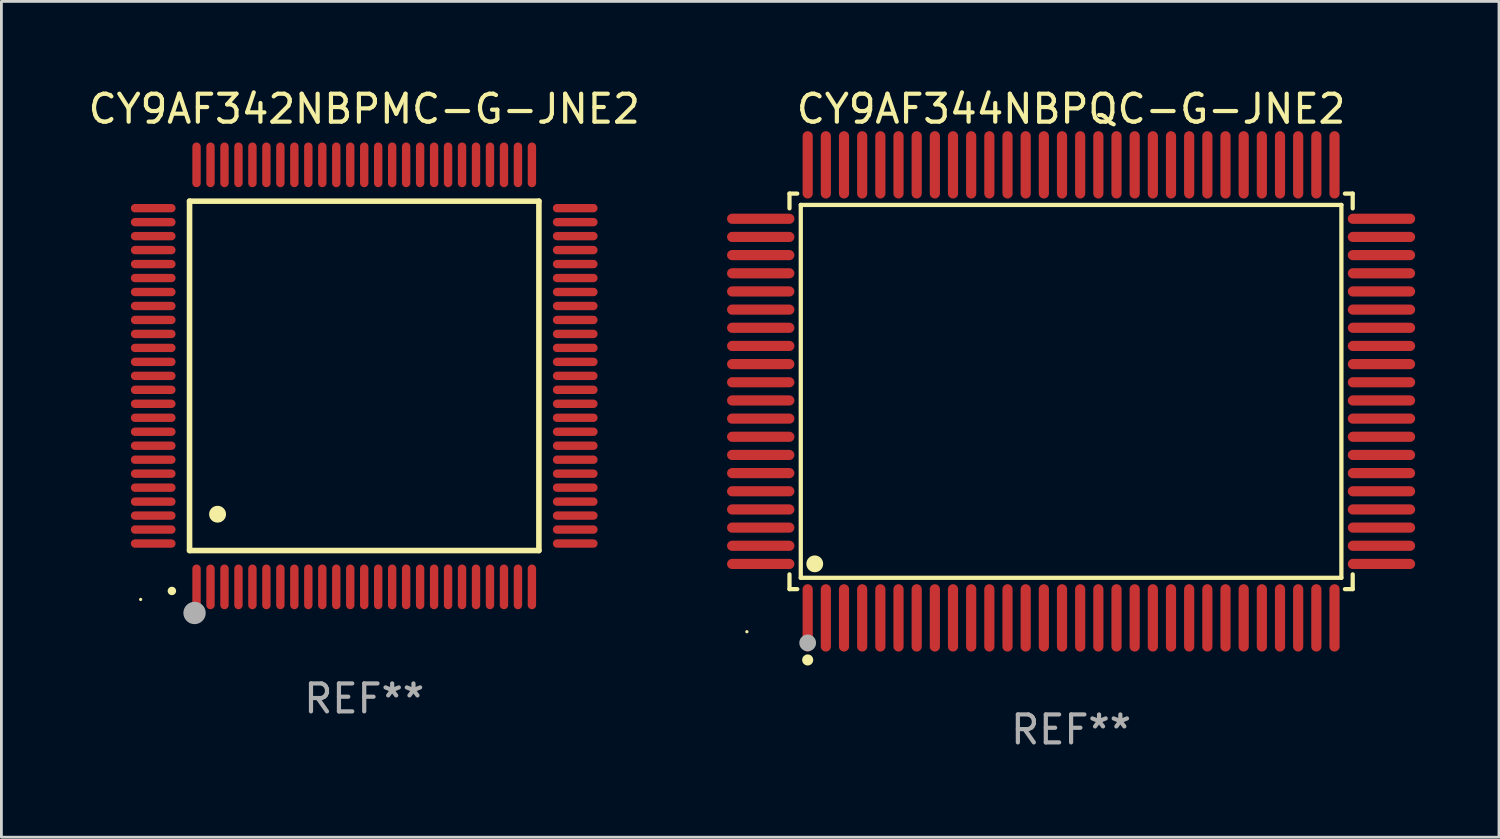
<source format=kicad_pcb>
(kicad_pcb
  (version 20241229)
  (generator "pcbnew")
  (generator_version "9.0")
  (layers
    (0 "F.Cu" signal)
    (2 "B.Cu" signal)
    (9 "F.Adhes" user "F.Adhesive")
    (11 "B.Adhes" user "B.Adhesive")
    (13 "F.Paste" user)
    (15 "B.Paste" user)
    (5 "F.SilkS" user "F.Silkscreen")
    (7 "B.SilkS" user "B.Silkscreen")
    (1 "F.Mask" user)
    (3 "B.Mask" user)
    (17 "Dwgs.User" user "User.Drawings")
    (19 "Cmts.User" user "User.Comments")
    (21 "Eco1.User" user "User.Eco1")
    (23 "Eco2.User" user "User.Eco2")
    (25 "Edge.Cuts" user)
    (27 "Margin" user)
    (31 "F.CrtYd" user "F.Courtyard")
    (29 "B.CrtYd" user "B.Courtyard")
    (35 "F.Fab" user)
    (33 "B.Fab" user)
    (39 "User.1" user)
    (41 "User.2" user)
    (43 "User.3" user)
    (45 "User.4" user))
  (footprint "CY9AF344NBPQC-G-JNE2"
    (layer "F.Cu")
    (at 35.274 10.953)
    (property "Reference" "CY9AF344NBPQC-G-JNE2" (at 0 -10.105 0) (layer "F.SilkS") (effects (font (size 1 1) (thickness 0.15))))
    (attr through_hole)
    (fp_line (start -10.076 -7.076) (end -9.798 -7.076) (stroke (width 0.152) (type solid)) (layer "F.SilkS"))
    (fp_line (start -10.076 -6.548) (end -10.076 -7.076) (stroke (width 0.152) (type solid)) (layer "F.SilkS"))
    (fp_line (start -10.076 6.548) (end -10.076 7.076) (stroke (width 0.152) (type solid)) (layer "F.SilkS"))
    (fp_line (start -10.076 7.076) (end -9.798 7.076) (stroke (width 0.152) (type solid)) (layer "F.SilkS"))
    (fp_line (start -9.672 -6.671) (end 9.671 -6.671) (stroke (width 0.152) (type solid)) (layer "F.SilkS"))
    (fp_line (start -9.672 6.671) (end -9.672 -6.671) (stroke (width 0.152) (type solid)) (layer "F.SilkS"))
    (fp_line (start 9.671 -6.671) (end 9.671 6.671) (stroke (width 0.152) (type solid)) (layer "F.SilkS"))
    (fp_line (start 9.671 6.671) (end -9.672 6.671) (stroke (width 0.152) (type solid)) (layer "F.SilkS"))
    (fp_line (start 10.076 -7.076) (end 9.797 -7.076) (stroke (width 0.152) (type solid)) (layer "F.SilkS"))
    (fp_line (start 10.076 -6.548) (end 10.076 -7.076) (stroke (width 0.152) (type solid)) (layer "F.SilkS"))
    (fp_line (start 10.076 6.548) (end 10.076 7.076) (stroke (width 0.152) (type solid)) (layer "F.SilkS"))
    (fp_line (start 10.076 7.076) (end 9.797 7.076) (stroke (width 0.152) (type solid)) (layer "F.SilkS"))
    (fp_circle (center -11.6 8.6) (end -11.57 8.6) (stroke (width 0.06) (type solid)) (fill no) (layer "F.SilkS"))
    (fp_circle (center -9.425 9.61) (end -9.325 9.61) (stroke (width 0.2) (type solid)) (fill no) (layer "F.SilkS"))
    (fp_circle (center -9.172 6.171) (end -9.021 6.171) (stroke (width 0.3) (type solid)) (fill no) (layer "F.SilkS"))
    (fp_circle (center -9.425 9) (end -9.275 9) (stroke (width 0.3) (type solid)) (fill no) (layer "F.Fab"))
    (fp_text user "REF**" (at 0 12.105 0) (layer "F.Fab") (effects (font (size 1 1) (thickness 0.15))))
    (pad "1" smd oval (at -9.425 8.105) (size 0.364 2.41) (layers "F.Cu" "F.Mask" "F.Paste"))
    (pad "2" smd oval (at -8.775 8.105) (size 0.364 2.41) (layers "F.Cu" "F.Mask" "F.Paste"))
    (pad "3" smd oval (at -8.125 8.105) (size 0.364 2.41) (layers "F.Cu" "F.Mask" "F.Paste"))
    (pad "4" smd oval (at -7.475 8.105) (size 0.364 2.41) (layers "F.Cu" "F.Mask" "F.Paste"))
    (pad "5" smd oval (at -6.825 8.105) (size 0.364 2.41) (layers "F.Cu" "F.Mask" "F.Paste"))
    (pad "6" smd oval (at -6.175 8.105) (size 0.364 2.41) (layers "F.Cu" "F.Mask" "F.Paste"))
    (pad "7" smd oval (at -5.525 8.105) (size 0.364 2.41) (layers "F.Cu" "F.Mask" "F.Paste"))
    (pad "8" smd oval (at -4.875 8.105) (size 0.364 2.41) (layers "F.Cu" "F.Mask" "F.Paste"))
    (pad "9" smd oval (at -4.225 8.105) (size 0.364 2.41) (layers "F.Cu" "F.Mask" "F.Paste"))
    (pad "10" smd oval (at -3.575 8.105) (size 0.364 2.41) (layers "F.Cu" "F.Mask" "F.Paste"))
    (pad "11" smd oval (at -2.925 8.105) (size 0.364 2.41) (layers "F.Cu" "F.Mask" "F.Paste"))
    (pad "12" smd oval (at -2.275 8.105) (size 0.364 2.41) (layers "F.Cu" "F.Mask" "F.Paste"))
    (pad "13" smd oval (at -1.625 8.105) (size 0.364 2.41) (layers "F.Cu" "F.Mask" "F.Paste"))
    (pad "14" smd oval (at -0.975 8.105) (size 0.364 2.41) (layers "F.Cu" "F.Mask" "F.Paste"))
    (pad "15" smd oval (at -0.325 8.105) (size 0.364 2.41) (layers "F.Cu" "F.Mask" "F.Paste"))
    (pad "16" smd oval (at 0.325 8.105) (size 0.364 2.41) (layers "F.Cu" "F.Mask" "F.Paste"))
    (pad "17" smd oval (at 0.975 8.105) (size 0.364 2.41) (layers "F.Cu" "F.Mask" "F.Paste"))
    (pad "18" smd oval (at 1.625 8.105) (size 0.364 2.41) (layers "F.Cu" "F.Mask" "F.Paste"))
    (pad "19" smd oval (at 2.275 8.105) (size 0.364 2.41) (layers "F.Cu" "F.Mask" "F.Paste"))
    (pad "20" smd oval (at 2.925 8.105) (size 0.364 2.41) (layers "F.Cu" "F.Mask" "F.Paste"))
    (pad "21" smd oval (at 3.575 8.105) (size 0.364 2.41) (layers "F.Cu" "F.Mask" "F.Paste"))
    (pad "22" smd oval (at 4.225 8.105) (size 0.364 2.41) (layers "F.Cu" "F.Mask" "F.Paste"))
    (pad "23" smd oval (at 4.875 8.105) (size 0.364 2.41) (layers "F.Cu" "F.Mask" "F.Paste"))
    (pad "24" smd oval (at 5.525 8.105) (size 0.364 2.41) (layers "F.Cu" "F.Mask" "F.Paste"))
    (pad "25" smd oval (at 6.175 8.105) (size 0.364 2.41) (layers "F.Cu" "F.Mask" "F.Paste"))
    (pad "26" smd oval (at 6.825 8.105) (size 0.364 2.41) (layers "F.Cu" "F.Mask" "F.Paste"))
    (pad "27" smd oval (at 7.475 8.105) (size 0.364 2.41) (layers "F.Cu" "F.Mask" "F.Paste"))
    (pad "28" smd oval (at 8.125 8.105) (size 0.364 2.41) (layers "F.Cu" "F.Mask" "F.Paste"))
    (pad "29" smd oval (at 8.775 8.105) (size 0.364 2.41) (layers "F.Cu" "F.Mask" "F.Paste"))
    (pad "30" smd oval (at 9.425 8.105) (size 0.364 2.41) (layers "F.Cu" "F.Mask" "F.Paste"))
    (pad "31" smd oval (at 11.105 6.175) (size 2.41 0.364) (layers "F.Cu" "F.Mask" "F.Paste"))
    (pad "32" smd oval (at 11.105 5.525) (size 2.41 0.364) (layers "F.Cu" "F.Mask" "F.Paste"))
    (pad "33" smd oval (at 11.105 4.875) (size 2.41 0.364) (layers "F.Cu" "F.Mask" "F.Paste"))
    (pad "34" smd oval (at 11.105 4.225) (size 2.41 0.364) (layers "F.Cu" "F.Mask" "F.Paste"))
    (pad "35" smd oval (at 11.105 3.575) (size 2.41 0.364) (layers "F.Cu" "F.Mask" "F.Paste"))
    (pad "36" smd oval (at 11.105 2.925) (size 2.41 0.364) (layers "F.Cu" "F.Mask" "F.Paste"))
    (pad "37" smd oval (at 11.105 2.275) (size 2.41 0.364) (layers "F.Cu" "F.Mask" "F.Paste"))
    (pad "38" smd oval (at 11.105 1.625) (size 2.41 0.364) (layers "F.Cu" "F.Mask" "F.Paste"))
    (pad "39" smd oval (at 11.105 0.975) (size 2.41 0.364) (layers "F.Cu" "F.Mask" "F.Paste"))
    (pad "40" smd oval (at 11.105 0.325) (size 2.41 0.364) (layers "F.Cu" "F.Mask" "F.Paste"))
    (pad "41" smd oval (at 11.105 -0.325) (size 2.41 0.364) (layers "F.Cu" "F.Mask" "F.Paste"))
    (pad "42" smd oval (at 11.105 -0.975) (size 2.41 0.364) (layers "F.Cu" "F.Mask" "F.Paste"))
    (pad "43" smd oval (at 11.105 -1.625) (size 2.41 0.364) (layers "F.Cu" "F.Mask" "F.Paste"))
    (pad "44" smd oval (at 11.105 -2.275) (size 2.41 0.364) (layers "F.Cu" "F.Mask" "F.Paste"))
    (pad "45" smd oval (at 11.105 -2.925) (size 2.41 0.364) (layers "F.Cu" "F.Mask" "F.Paste"))
    (pad "46" smd oval (at 11.105 -3.575) (size 2.41 0.364) (layers "F.Cu" "F.Mask" "F.Paste"))
    (pad "47" smd oval (at 11.105 -4.225) (size 2.41 0.364) (layers "F.Cu" "F.Mask" "F.Paste"))
    (pad "48" smd oval (at 11.105 -4.875) (size 2.41 0.364) (layers "F.Cu" "F.Mask" "F.Paste"))
    (pad "49" smd oval (at 11.105 -5.525) (size 2.41 0.364) (layers "F.Cu" "F.Mask" "F.Paste"))
    (pad "50" smd oval (at 11.105 -6.175) (size 2.41 0.364) (layers "F.Cu" "F.Mask" "F.Paste"))
    (pad "51" smd oval (at 9.425 -8.105) (size 0.364 2.41) (layers "F.Cu" "F.Mask" "F.Paste"))
    (pad "52" smd oval (at 8.775 -8.105) (size 0.364 2.41) (layers "F.Cu" "F.Mask" "F.Paste"))
    (pad "53" smd oval (at 8.125 -8.105) (size 0.364 2.41) (layers "F.Cu" "F.Mask" "F.Paste"))
    (pad "54" smd oval (at 7.475 -8.105) (size 0.364 2.41) (layers "F.Cu" "F.Mask" "F.Paste"))
    (pad "55" smd oval (at 6.825 -8.105) (size 0.364 2.41) (layers "F.Cu" "F.Mask" "F.Paste"))
    (pad "56" smd oval (at 6.175 -8.105) (size 0.364 2.41) (layers "F.Cu" "F.Mask" "F.Paste"))
    (pad "57" smd oval (at 5.525 -8.105) (size 0.364 2.41) (layers "F.Cu" "F.Mask" "F.Paste"))
    (pad "58" smd oval (at 4.875 -8.105) (size 0.364 2.41) (layers "F.Cu" "F.Mask" "F.Paste"))
    (pad "59" smd oval (at 4.225 -8.105) (size 0.364 2.41) (layers "F.Cu" "F.Mask" "F.Paste"))
    (pad "60" smd oval (at 3.575 -8.105) (size 0.364 2.41) (layers "F.Cu" "F.Mask" "F.Paste"))
    (pad "61" smd oval (at 2.925 -8.105) (size 0.364 2.41) (layers "F.Cu" "F.Mask" "F.Paste"))
    (pad "62" smd oval (at 2.275 -8.105) (size 0.364 2.41) (layers "F.Cu" "F.Mask" "F.Paste"))
    (pad "63" smd oval (at 1.625 -8.105) (size 0.364 2.41) (layers "F.Cu" "F.Mask" "F.Paste"))
    (pad "64" smd oval (at 0.975 -8.105) (size 0.364 2.41) (layers "F.Cu" "F.Mask" "F.Paste"))
    (pad "65" smd oval (at 0.325 -8.105) (size 0.364 2.41) (layers "F.Cu" "F.Mask" "F.Paste"))
    (pad "66" smd oval (at -0.325 -8.105) (size 0.364 2.41) (layers "F.Cu" "F.Mask" "F.Paste"))
    (pad "67" smd oval (at -0.975 -8.105) (size 0.364 2.41) (layers "F.Cu" "F.Mask" "F.Paste"))
    (pad "68" smd oval (at -1.625 -8.105) (size 0.364 2.41) (layers "F.Cu" "F.Mask" "F.Paste"))
    (pad "69" smd oval (at -2.275 -8.105) (size 0.364 2.41) (layers "F.Cu" "F.Mask" "F.Paste"))
    (pad "70" smd oval (at -2.925 -8.105) (size 0.364 2.41) (layers "F.Cu" "F.Mask" "F.Paste"))
    (pad "71" smd oval (at -3.575 -8.105) (size 0.364 2.41) (layers "F.Cu" "F.Mask" "F.Paste"))
    (pad "72" smd oval (at -4.225 -8.105) (size 0.364 2.41) (layers "F.Cu" "F.Mask" "F.Paste"))
    (pad "73" smd oval (at -4.875 -8.105) (size 0.364 2.41) (layers "F.Cu" "F.Mask" "F.Paste"))
    (pad "74" smd oval (at -5.525 -8.105) (size 0.364 2.41) (layers "F.Cu" "F.Mask" "F.Paste"))
    (pad "75" smd oval (at -6.175 -8.105) (size 0.364 2.41) (layers "F.Cu" "F.Mask" "F.Paste"))
    (pad "76" smd oval (at -6.825 -8.105) (size 0.364 2.41) (layers "F.Cu" "F.Mask" "F.Paste"))
    (pad "77" smd oval (at -7.475 -8.105) (size 0.364 2.41) (layers "F.Cu" "F.Mask" "F.Paste"))
    (pad "78" smd oval (at -8.125 -8.105) (size 0.364 2.41) (layers "F.Cu" "F.Mask" "F.Paste"))
    (pad "79" smd oval (at -8.775 -8.105) (size 0.364 2.41) (layers "F.Cu" "F.Mask" "F.Paste"))
    (pad "80" smd oval (at -9.425 -8.105) (size 0.364 2.41) (layers "F.Cu" "F.Mask" "F.Paste"))
    (pad "81" smd oval (at -11.105 -6.175) (size 2.41 0.364) (layers "F.Cu" "F.Mask" "F.Paste"))
    (pad "82" smd oval (at -11.105 -5.525) (size 2.41 0.364) (layers "F.Cu" "F.Mask" "F.Paste"))
    (pad "83" smd oval (at -11.105 -4.875) (size 2.41 0.364) (layers "F.Cu" "F.Mask" "F.Paste"))
    (pad "84" smd oval (at -11.105 -4.225) (size 2.41 0.364) (layers "F.Cu" "F.Mask" "F.Paste"))
    (pad "85" smd oval (at -11.105 -3.575) (size 2.41 0.364) (layers "F.Cu" "F.Mask" "F.Paste"))
    (pad "86" smd oval (at -11.105 -2.925) (size 2.41 0.364) (layers "F.Cu" "F.Mask" "F.Paste"))
    (pad "87" smd oval (at -11.105 -2.275) (size 2.41 0.364) (layers "F.Cu" "F.Mask" "F.Paste"))
    (pad "88" smd oval (at -11.105 -1.625) (size 2.41 0.364) (layers "F.Cu" "F.Mask" "F.Paste"))
    (pad "89" smd oval (at -11.105 -0.975) (size 2.41 0.364) (layers "F.Cu" "F.Mask" "F.Paste"))
    (pad "90" smd oval (at -11.105 -0.325) (size 2.41 0.364) (layers "F.Cu" "F.Mask" "F.Paste"))
    (pad "91" smd oval (at -11.105 0.325) (size 2.41 0.364) (layers "F.Cu" "F.Mask" "F.Paste"))
    (pad "92" smd oval (at -11.105 0.975) (size 2.41 0.364) (layers "F.Cu" "F.Mask" "F.Paste"))
    (pad "93" smd oval (at -11.105 1.625) (size 2.41 0.364) (layers "F.Cu" "F.Mask" "F.Paste"))
    (pad "94" smd oval (at -11.105 2.275) (size 2.41 0.364) (layers "F.Cu" "F.Mask" "F.Paste"))
    (pad "95" smd oval (at -11.105 2.925) (size 2.41 0.364) (layers "F.Cu" "F.Mask" "F.Paste"))
    (pad "96" smd oval (at -11.105 3.575) (size 2.41 0.364) (layers "F.Cu" "F.Mask" "F.Paste"))
    (pad "97" smd oval (at -11.105 4.225) (size 2.41 0.364) (layers "F.Cu" "F.Mask" "F.Paste"))
    (pad "98" smd oval (at -11.105 4.875) (size 2.41 0.364) (layers "F.Cu" "F.Mask" "F.Paste"))
    (pad "99" smd oval (at -11.105 5.525) (size 2.41 0.364) (layers "F.Cu" "F.Mask" "F.Paste"))
    (pad "100" smd oval (at -11.105 6.175) (size 2.41 0.364) (layers "F.Cu" "F.Mask" "F.Paste")))
  (footprint "CY9AF342NBPMC-G-JNE2"
    (layer "F.Cu")
    (at 9.982 10.398)
    (property "Reference" "CY9AF342NBPMC-G-JNE2" (at 0 -9.55 0) (layer "F.SilkS") (effects (font (size 1 1) (thickness 0.15))))
    (attr through_hole)
    (fp_line (start -6.25 -6.25) (end -6.25 6.25) (stroke (width 0.2) (type solid)) (layer "F.SilkS"))
    (fp_line (start -6.25 6.25) (end 6.25 6.25) (stroke (width 0.2) (type solid)) (layer "F.SilkS"))
    (fp_line (start 6.25 -6.25) (end -6.25 -6.25) (stroke (width 0.2) (type solid)) (layer "F.SilkS"))
    (fp_line (start 6.25 6.25) (end 6.25 -6.25) (stroke (width 0.2) (type solid)) (layer "F.SilkS"))
    (fp_arc (start -6.883414 7.696215) (mid -6.882144 7.69621) (end -6.880874 7.696215) (stroke (width 0.3) (type solid)) (layer "F.SilkS"))
    (fp_arc (start -5.250191 4.95047) (mid -5.247651 4.950459) (end -5.245111 4.95047) (stroke (width 0.6) (type solid)) (layer "F.SilkS"))
    (fp_circle (center -8 8) (end -7.97 8) (stroke (width 0.06) (type solid)) (fill no) (layer "F.SilkS"))
    (fp_circle (center -6.071 8.484) (end -5.871 8.484) (stroke (width 0.4) (type solid)) (fill no) (layer "F.Fab"))
    (fp_text user "REF**" (at 0 11.55 0) (layer "F.Fab") (effects (font (size 1 1) (thickness 0.15))))
    (pad "1" smd oval (at -6 7.55) (size 0.3 1.6) (layers "F.Cu" "F.Mask" "F.Paste"))
    (pad "2" smd oval (at -5.5 7.55) (size 0.3 1.6) (layers "F.Cu" "F.Mask" "F.Paste"))
    (pad "3" smd oval (at -5 7.55) (size 0.3 1.6) (layers "F.Cu" "F.Mask" "F.Paste"))
    (pad "4" smd oval (at -4.5 7.55) (size 0.3 1.6) (layers "F.Cu" "F.Mask" "F.Paste"))
    (pad "5" smd oval (at -4 7.55) (size 0.3 1.6) (layers "F.Cu" "F.Mask" "F.Paste"))
    (pad "6" smd oval (at -3.5 7.55) (size 0.3 1.6) (layers "F.Cu" "F.Mask" "F.Paste"))
    (pad "7" smd oval (at -3 7.55) (size 0.3 1.6) (layers "F.Cu" "F.Mask" "F.Paste"))
    (pad "8" smd oval (at -2.5 7.55) (size 0.3 1.6) (layers "F.Cu" "F.Mask" "F.Paste"))
    (pad "9" smd oval (at -2 7.55) (size 0.3 1.6) (layers "F.Cu" "F.Mask" "F.Paste"))
    (pad "10" smd oval (at -1.5 7.55) (size 0.3 1.6) (layers "F.Cu" "F.Mask" "F.Paste"))
    (pad "11" smd oval (at -1 7.55) (size 0.3 1.6) (layers "F.Cu" "F.Mask" "F.Paste"))
    (pad "12" smd oval (at -0.5 7.55) (size 0.3 1.6) (layers "F.Cu" "F.Mask" "F.Paste"))
    (pad "13" smd oval (at 0 7.55) (size 0.3 1.6) (layers "F.Cu" "F.Mask" "F.Paste"))
    (pad "14" smd oval (at 0.5 7.55) (size 0.3 1.6) (layers "F.Cu" "F.Mask" "F.Paste"))
    (pad "15" smd oval (at 1 7.55) (size 0.3 1.6) (layers "F.Cu" "F.Mask" "F.Paste"))
    (pad "16" smd oval (at 1.5 7.55) (size 0.3 1.6) (layers "F.Cu" "F.Mask" "F.Paste"))
    (pad "17" smd oval (at 2 7.55) (size 0.3 1.6) (layers "F.Cu" "F.Mask" "F.Paste"))
    (pad "18" smd oval (at 2.5 7.55) (size 0.3 1.6) (layers "F.Cu" "F.Mask" "F.Paste"))
    (pad "19" smd oval (at 3 7.55) (size 0.3 1.6) (layers "F.Cu" "F.Mask" "F.Paste"))
    (pad "20" smd oval (at 3.5 7.55) (size 0.3 1.6) (layers "F.Cu" "F.Mask" "F.Paste"))
    (pad "21" smd oval (at 4 7.55) (size 0.3 1.6) (layers "F.Cu" "F.Mask" "F.Paste"))
    (pad "22" smd oval (at 4.5 7.55) (size 0.3 1.6) (layers "F.Cu" "F.Mask" "F.Paste"))
    (pad "23" smd oval (at 5 7.55) (size 0.3 1.6) (layers "F.Cu" "F.Mask" "F.Paste"))
    (pad "24" smd oval (at 5.5 7.55) (size 0.3 1.6) (layers "F.Cu" "F.Mask" "F.Paste"))
    (pad "25" smd oval (at 6 7.55) (size 0.3 1.6) (layers "F.Cu" "F.Mask" "F.Paste"))
    (pad "26" smd oval (at 7.55 6) (size 1.6 0.3) (layers "F.Cu" "F.Mask" "F.Paste"))
    (pad "27" smd oval (at 7.55 5.5) (size 1.6 0.3) (layers "F.Cu" "F.Mask" "F.Paste"))
    (pad "28" smd oval (at 7.55 5) (size 1.6 0.3) (layers "F.Cu" "F.Mask" "F.Paste"))
    (pad "29" smd oval (at 7.55 4.5) (size 1.6 0.3) (layers "F.Cu" "F.Mask" "F.Paste"))
    (pad "30" smd oval (at 7.55 4) (size 1.6 0.3) (layers "F.Cu" "F.Mask" "F.Paste"))
    (pad "31" smd oval (at 7.55 3.5) (size 1.6 0.3) (layers "F.Cu" "F.Mask" "F.Paste"))
    (pad "32" smd oval (at 7.55 3) (size 1.6 0.3) (layers "F.Cu" "F.Mask" "F.Paste"))
    (pad "33" smd oval (at 7.55 2.5) (size 1.6 0.3) (layers "F.Cu" "F.Mask" "F.Paste"))
    (pad "34" smd oval (at 7.55 2) (size 1.6 0.3) (layers "F.Cu" "F.Mask" "F.Paste"))
    (pad "35" smd oval (at 7.55 1.5) (size 1.6 0.3) (layers "F.Cu" "F.Mask" "F.Paste"))
    (pad "36" smd oval (at 7.55 1) (size 1.6 0.3) (layers "F.Cu" "F.Mask" "F.Paste"))
    (pad "37" smd oval (at 7.55 0.5) (size 1.6 0.3) (layers "F.Cu" "F.Mask" "F.Paste"))
    (pad "38" smd oval (at 7.55 0) (size 1.6 0.3) (layers "F.Cu" "F.Mask" "F.Paste"))
    (pad "39" smd oval (at 7.55 -0.5) (size 1.6 0.3) (layers "F.Cu" "F.Mask" "F.Paste"))
    (pad "40" smd oval (at 7.55 -1) (size 1.6 0.3) (layers "F.Cu" "F.Mask" "F.Paste"))
    (pad "41" smd oval (at 7.55 -1.5) (size 1.6 0.3) (layers "F.Cu" "F.Mask" "F.Paste"))
    (pad "42" smd oval (at 7.55 -2) (size 1.6 0.3) (layers "F.Cu" "F.Mask" "F.Paste"))
    (pad "43" smd oval (at 7.55 -2.5) (size 1.6 0.3) (layers "F.Cu" "F.Mask" "F.Paste"))
    (pad "44" smd oval (at 7.55 -3) (size 1.6 0.3) (layers "F.Cu" "F.Mask" "F.Paste"))
    (pad "45" smd oval (at 7.55 -3.5) (size 1.6 0.3) (layers "F.Cu" "F.Mask" "F.Paste"))
    (pad "46" smd oval (at 7.55 -4) (size 1.6 0.3) (layers "F.Cu" "F.Mask" "F.Paste"))
    (pad "47" smd oval (at 7.55 -4.5) (size 1.6 0.3) (layers "F.Cu" "F.Mask" "F.Paste"))
    (pad "48" smd oval (at 7.55 -5) (size 1.6 0.3) (layers "F.Cu" "F.Mask" "F.Paste"))
    (pad "49" smd oval (at 7.55 -5.5) (size 1.6 0.3) (layers "F.Cu" "F.Mask" "F.Paste"))
    (pad "50" smd oval (at 7.55 -6) (size 1.6 0.3) (layers "F.Cu" "F.Mask" "F.Paste"))
    (pad "51" smd oval (at 6 -7.55) (size 0.3 1.6) (layers "F.Cu" "F.Mask" "F.Paste"))
    (pad "52" smd oval (at 5.5 -7.55) (size 0.3 1.6) (layers "F.Cu" "F.Mask" "F.Paste"))
    (pad "53" smd oval (at 5 -7.55) (size 0.3 1.6) (layers "F.Cu" "F.Mask" "F.Paste"))
    (pad "54" smd oval (at 4.5 -7.55) (size 0.3 1.6) (layers "F.Cu" "F.Mask" "F.Paste"))
    (pad "55" smd oval (at 4 -7.55) (size 0.3 1.6) (layers "F.Cu" "F.Mask" "F.Paste"))
    (pad "56" smd oval (at 3.5 -7.55) (size 0.3 1.6) (layers "F.Cu" "F.Mask" "F.Paste"))
    (pad "57" smd oval (at 3 -7.55) (size 0.3 1.6) (layers "F.Cu" "F.Mask" "F.Paste"))
    (pad "58" smd oval (at 2.5 -7.55) (size 0.3 1.6) (layers "F.Cu" "F.Mask" "F.Paste"))
    (pad "59" smd oval (at 2 -7.55) (size 0.3 1.6) (layers "F.Cu" "F.Mask" "F.Paste"))
    (pad "60" smd oval (at 1.5 -7.55) (size 0.3 1.6) (layers "F.Cu" "F.Mask" "F.Paste"))
    (pad "61" smd oval (at 1 -7.55) (size 0.3 1.6) (layers "F.Cu" "F.Mask" "F.Paste"))
    (pad "62" smd oval (at 0.5 -7.55) (size 0.3 1.6) (layers "F.Cu" "F.Mask" "F.Paste"))
    (pad "63" smd oval (at 0 -7.55) (size 0.3 1.6) (layers "F.Cu" "F.Mask" "F.Paste"))
    (pad "64" smd oval (at -0.5 -7.55) (size 0.3 1.6) (layers "F.Cu" "F.Mask" "F.Paste"))
    (pad "65" smd oval (at -1 -7.55) (size 0.3 1.6) (layers "F.Cu" "F.Mask" "F.Paste"))
    (pad "66" smd oval (at -1.5 -7.55) (size 0.3 1.6) (layers "F.Cu" "F.Mask" "F.Paste"))
    (pad "67" smd oval (at -2 -7.55) (size 0.3 1.6) (layers "F.Cu" "F.Mask" "F.Paste"))
    (pad "68" smd oval (at -2.5 -7.55) (size 0.3 1.6) (layers "F.Cu" "F.Mask" "F.Paste"))
    (pad "69" smd oval (at -3 -7.55) (size 0.3 1.6) (layers "F.Cu" "F.Mask" "F.Paste"))
    (pad "70" smd oval (at -3.5 -7.55) (size 0.3 1.6) (layers "F.Cu" "F.Mask" "F.Paste"))
    (pad "71" smd oval (at -4 -7.55) (size 0.3 1.6) (layers "F.Cu" "F.Mask" "F.Paste"))
    (pad "72" smd oval (at -4.5 -7.55) (size 0.3 1.6) (layers "F.Cu" "F.Mask" "F.Paste"))
    (pad "73" smd oval (at -5 -7.55) (size 0.3 1.6) (layers "F.Cu" "F.Mask" "F.Paste"))
    (pad "74" smd oval (at -5.5 -7.55) (size 0.3 1.6) (layers "F.Cu" "F.Mask" "F.Paste"))
    (pad "75" smd oval (at -6 -7.55) (size 0.3 1.6) (layers "F.Cu" "F.Mask" "F.Paste"))
    (pad "76" smd oval (at -7.55 -6) (size 1.6 0.3) (layers "F.Cu" "F.Mask" "F.Paste"))
    (pad "77" smd oval (at -7.55 -5.5) (size 1.6 0.3) (layers "F.Cu" "F.Mask" "F.Paste"))
    (pad "78" smd oval (at -7.55 -5) (size 1.6 0.3) (layers "F.Cu" "F.Mask" "F.Paste"))
    (pad "79" smd oval (at -7.55 -4.5) (size 1.6 0.3) (layers "F.Cu" "F.Mask" "F.Paste"))
    (pad "80" smd oval (at -7.55 -4) (size 1.6 0.3) (layers "F.Cu" "F.Mask" "F.Paste"))
    (pad "81" smd oval (at -7.55 -3.5) (size 1.6 0.3) (layers "F.Cu" "F.Mask" "F.Paste"))
    (pad "82" smd oval (at -7.55 -3) (size 1.6 0.3) (layers "F.Cu" "F.Mask" "F.Paste"))
    (pad "83" smd oval (at -7.55 -2.5) (size 1.6 0.3) (layers "F.Cu" "F.Mask" "F.Paste"))
    (pad "84" smd oval (at -7.55 -2) (size 1.6 0.3) (layers "F.Cu" "F.Mask" "F.Paste"))
    (pad "85" smd oval (at -7.55 -1.5) (size 1.6 0.3) (layers "F.Cu" "F.Mask" "F.Paste"))
    (pad "86" smd oval (at -7.55 -1) (size 1.6 0.3) (layers "F.Cu" "F.Mask" "F.Paste"))
    (pad "87" smd oval (at -7.55 -0.5) (size 1.6 0.3) (layers "F.Cu" "F.Mask" "F.Paste"))
    (pad "88" smd oval (at -7.55 0) (size 1.6 0.3) (layers "F.Cu" "F.Mask" "F.Paste"))
    (pad "89" smd oval (at -7.55 0.5) (size 1.6 0.3) (layers "F.Cu" "F.Mask" "F.Paste"))
    (pad "90" smd oval (at -7.55 1) (size 1.6 0.3) (layers "F.Cu" "F.Mask" "F.Paste"))
    (pad "91" smd oval (at -7.55 1.5) (size 1.6 0.3) (layers "F.Cu" "F.Mask" "F.Paste"))
    (pad "92" smd oval (at -7.55 2) (size 1.6 0.3) (layers "F.Cu" "F.Mask" "F.Paste"))
    (pad "93" smd oval (at -7.55 2.5) (size 1.6 0.3) (layers "F.Cu" "F.Mask" "F.Paste"))
    (pad "94" smd oval (at -7.55 3) (size 1.6 0.3) (layers "F.Cu" "F.Mask" "F.Paste"))
    (pad "95" smd oval (at -7.55 3.5) (size 1.6 0.3) (layers "F.Cu" "F.Mask" "F.Paste"))
    (pad "96" smd oval (at -7.55 4) (size 1.6 0.3) (layers "F.Cu" "F.Mask" "F.Paste"))
    (pad "97" smd oval (at -7.55 4.5) (size 1.6 0.3) (layers "F.Cu" "F.Mask" "F.Paste"))
    (pad "98" smd oval (at -7.55 5) (size 1.6 0.3) (layers "F.Cu" "F.Mask" "F.Paste"))
    (pad "99" smd oval (at -7.55 5.5) (size 1.6 0.3) (layers "F.Cu" "F.Mask" "F.Paste"))
    (pad "100" smd oval (at -7.55 6) (size 1.6 0.3) (layers "F.Cu" "F.Mask" "F.Paste")))
  (gr_rect
    (start -3 -3)
    (end 50.584 26.906)
    (stroke (width 0.1) (type default))
    (fill no)
    (layer "Edge.Cuts")))
</source>
